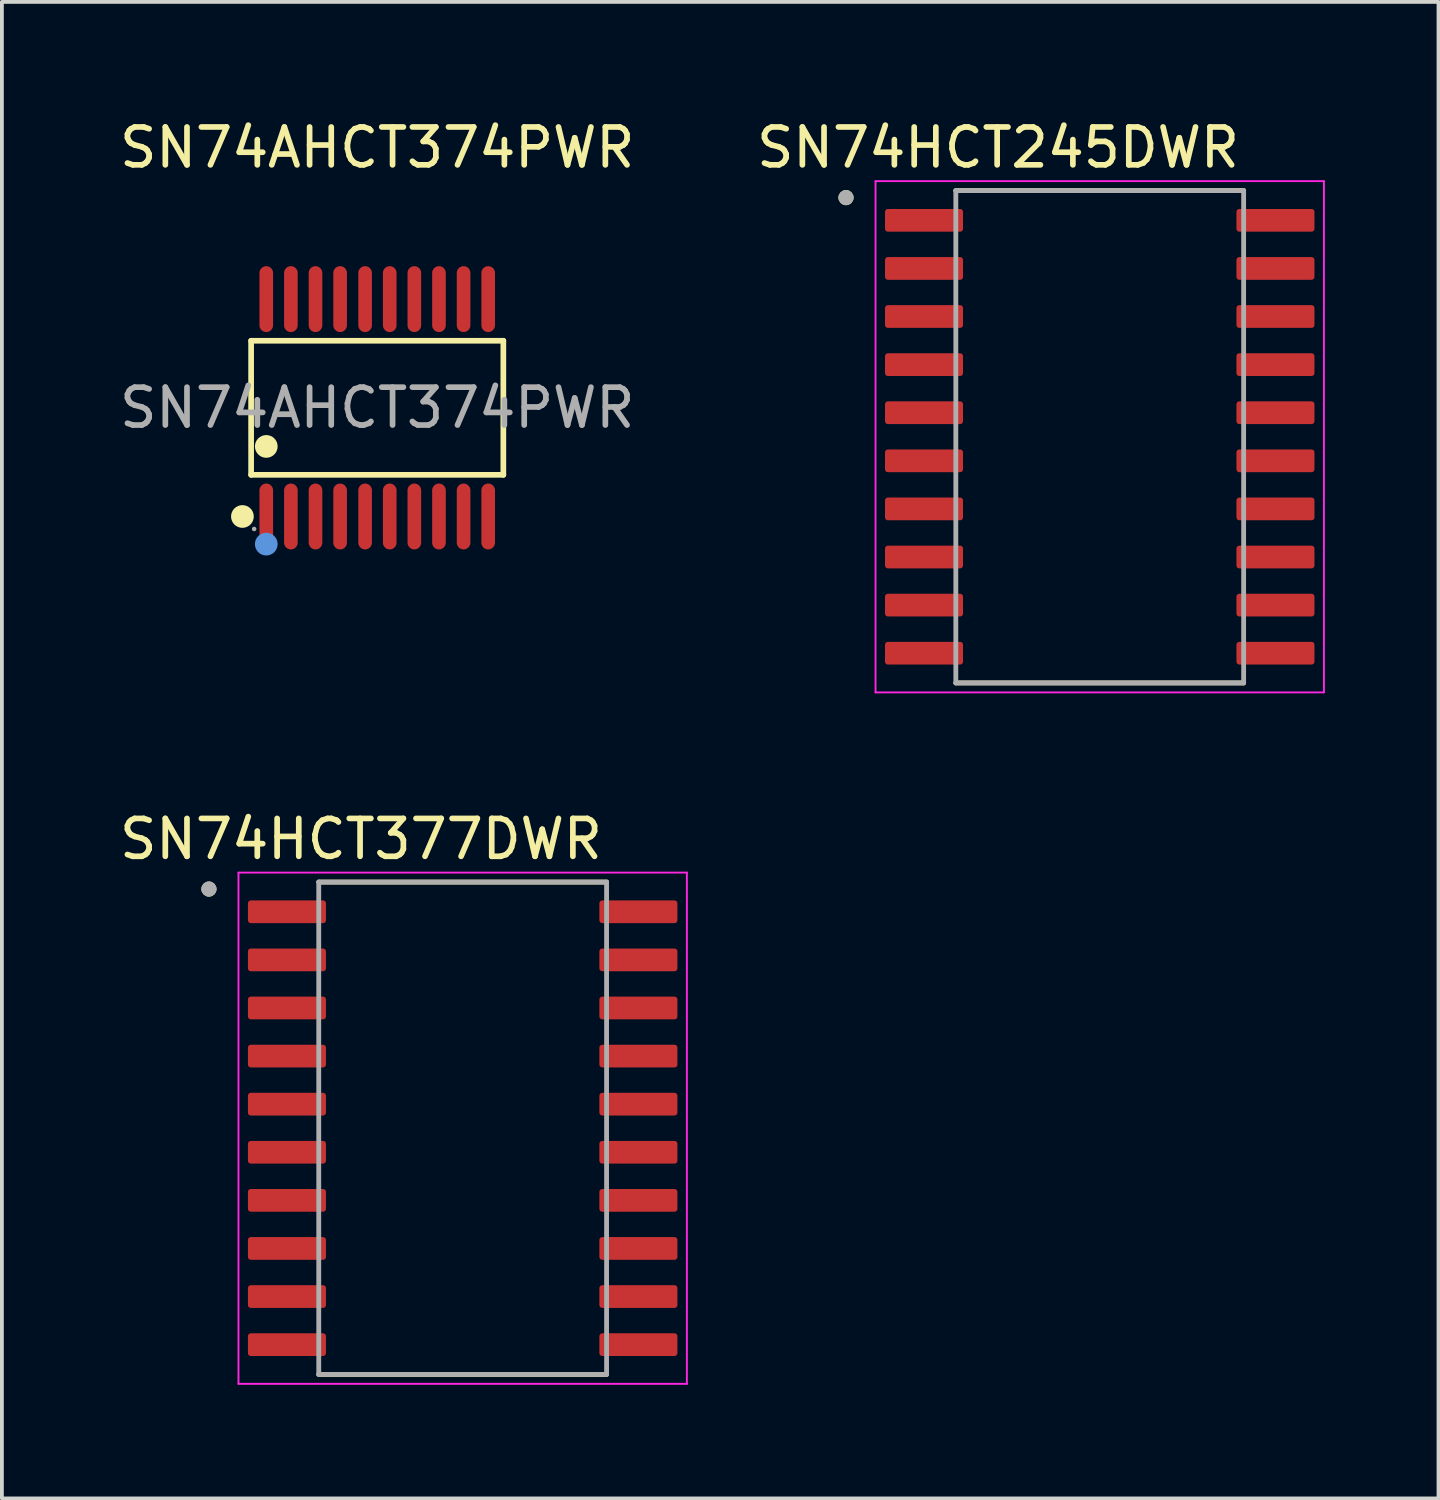
<source format=kicad_pcb>
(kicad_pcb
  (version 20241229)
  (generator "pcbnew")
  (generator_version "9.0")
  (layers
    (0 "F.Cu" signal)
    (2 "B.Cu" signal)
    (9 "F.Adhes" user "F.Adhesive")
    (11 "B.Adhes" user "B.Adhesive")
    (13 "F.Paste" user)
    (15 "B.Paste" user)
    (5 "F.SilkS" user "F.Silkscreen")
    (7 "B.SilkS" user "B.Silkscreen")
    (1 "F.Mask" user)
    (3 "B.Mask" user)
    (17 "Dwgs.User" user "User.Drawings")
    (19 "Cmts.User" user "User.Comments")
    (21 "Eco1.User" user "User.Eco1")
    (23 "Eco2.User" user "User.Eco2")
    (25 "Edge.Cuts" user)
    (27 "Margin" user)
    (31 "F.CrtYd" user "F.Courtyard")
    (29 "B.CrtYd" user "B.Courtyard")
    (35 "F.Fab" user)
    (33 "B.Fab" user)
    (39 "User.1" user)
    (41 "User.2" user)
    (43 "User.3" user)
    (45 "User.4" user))
  (footprint "SN74HCT377DWR"
    (layer "F.Cu")
    (at 9.167 26.741)
    (property "Reference" "SN74HCT377DWR" (at -2.685 -7.635 0) (layer "F.SilkS") (effects (font (size 1 1) (thickness 0.15))))
    (attr smd)
    (fp_line (start -3.8 -6.5) (end 3.8 -6.5) (stroke (width 0.127) (type solid)) (layer "F.SilkS"))
    (fp_line (start -3.8 6.5) (end 3.8 6.5) (stroke (width 0.127) (type solid)) (layer "F.SilkS"))
    (fp_circle (center -6.7 -6.315) (end -6.6 -6.315) (stroke (width 0.2) (type solid)) (fill no) (layer "F.SilkS"))
    (fp_line (start -5.92 -6.75) (end -5.92 6.75) (stroke (width 0.05) (type solid)) (layer "F.CrtYd"))
    (fp_line (start -5.92 -6.75) (end 5.92 -6.75) (stroke (width 0.05) (type solid)) (layer "F.CrtYd"))
    (fp_line (start -5.92 6.75) (end 5.92 6.75) (stroke (width 0.05) (type solid)) (layer "F.CrtYd"))
    (fp_line (start 5.92 -6.75) (end 5.92 6.75) (stroke (width 0.05) (type solid)) (layer "F.CrtYd"))
    (fp_line (start -3.8 -6.5) (end -3.8 6.5) (stroke (width 0.127) (type solid)) (layer "F.Fab"))
    (fp_line (start -3.8 -6.5) (end 3.8 -6.5) (stroke (width 0.127) (type solid)) (layer "F.Fab"))
    (fp_line (start -3.8 6.5) (end 3.8 6.5) (stroke (width 0.127) (type solid)) (layer "F.Fab"))
    (fp_line (start 3.8 -6.5) (end 3.8 6.5) (stroke (width 0.127) (type solid)) (layer "F.Fab"))
    (fp_circle (center -6.7 -6.315) (end -6.6 -6.315) (stroke (width 0.2) (type solid)) (fill no) (layer "F.Fab"))
    (pad "1" smd roundrect (at -4.64 -5.715) (size 2.06 0.6) (layers "F.Cu" "F.Mask" "F.Paste") (roundrect_rratio 0.125))
    (pad "2" smd roundrect (at -4.64 -4.445) (size 2.06 0.6) (layers "F.Cu" "F.Mask" "F.Paste") (roundrect_rratio 0.125))
    (pad "3" smd roundrect (at -4.64 -3.175) (size 2.06 0.6) (layers "F.Cu" "F.Mask" "F.Paste") (roundrect_rratio 0.125))
    (pad "4" smd roundrect (at -4.64 -1.905) (size 2.06 0.6) (layers "F.Cu" "F.Mask" "F.Paste") (roundrect_rratio 0.125))
    (pad "5" smd roundrect (at -4.64 -0.635) (size 2.06 0.6) (layers "F.Cu" "F.Mask" "F.Paste") (roundrect_rratio 0.125))
    (pad "6" smd roundrect (at -4.64 0.635) (size 2.06 0.6) (layers "F.Cu" "F.Mask" "F.Paste") (roundrect_rratio 0.125))
    (pad "7" smd roundrect (at -4.64 1.905) (size 2.06 0.6) (layers "F.Cu" "F.Mask" "F.Paste") (roundrect_rratio 0.125))
    (pad "8" smd roundrect (at -4.64 3.175) (size 2.06 0.6) (layers "F.Cu" "F.Mask" "F.Paste") (roundrect_rratio 0.125))
    (pad "9" smd roundrect (at -4.64 4.445) (size 2.06 0.6) (layers "F.Cu" "F.Mask" "F.Paste") (roundrect_rratio 0.125))
    (pad "10" smd roundrect (at -4.64 5.715) (size 2.06 0.6) (layers "F.Cu" "F.Mask" "F.Paste") (roundrect_rratio 0.125))
    (pad "11" smd roundrect (at 4.64 5.715) (size 2.06 0.6) (layers "F.Cu" "F.Mask" "F.Paste") (roundrect_rratio 0.125))
    (pad "12" smd roundrect (at 4.64 4.445) (size 2.06 0.6) (layers "F.Cu" "F.Mask" "F.Paste") (roundrect_rratio 0.125))
    (pad "13" smd roundrect (at 4.64 3.175) (size 2.06 0.6) (layers "F.Cu" "F.Mask" "F.Paste") (roundrect_rratio 0.125))
    (pad "14" smd roundrect (at 4.64 1.905) (size 2.06 0.6) (layers "F.Cu" "F.Mask" "F.Paste") (roundrect_rratio 0.125))
    (pad "15" smd roundrect (at 4.64 0.635) (size 2.06 0.6) (layers "F.Cu" "F.Mask" "F.Paste") (roundrect_rratio 0.125))
    (pad "16" smd roundrect (at 4.64 -0.635) (size 2.06 0.6) (layers "F.Cu" "F.Mask" "F.Paste") (roundrect_rratio 0.125))
    (pad "17" smd roundrect (at 4.64 -1.905) (size 2.06 0.6) (layers "F.Cu" "F.Mask" "F.Paste") (roundrect_rratio 0.125))
    (pad "18" smd roundrect (at 4.64 -3.175) (size 2.06 0.6) (layers "F.Cu" "F.Mask" "F.Paste") (roundrect_rratio 0.125))
    (pad "19" smd roundrect (at 4.64 -4.445) (size 2.06 0.6) (layers "F.Cu" "F.Mask" "F.Paste") (roundrect_rratio 0.125))
    (pad "20" smd roundrect (at 4.64 -5.715) (size 2.06 0.6) (layers "F.Cu" "F.Mask" "F.Paste") (roundrect_rratio 0.125)))
  (footprint "SN74AHCT374PWR"
    (layer "F.Cu")
    (at 6.911 7.718)
    (property "Reference" "SN74AHCT374PWR" (at 0 -6.87 0) (layer "F.SilkS") (effects (font (size 1 1) (thickness 0.15))))
    (attr smd)
    (fp_line (start -3.33 -1.77) (end 3.33 -1.77) (stroke (width 0.15) (type solid)) (layer "F.SilkS"))
    (fp_line (start -3.33 1.77) (end -3.33 -1.77) (stroke (width 0.15) (type solid)) (layer "F.SilkS"))
    (fp_line (start 3.33 -1.77) (end 3.33 1.77) (stroke (width 0.15) (type solid)) (layer "F.SilkS"))
    (fp_line (start 3.33 1.77) (end -3.33 1.77) (stroke (width 0.15) (type solid)) (layer "F.SilkS"))
    (fp_circle (center -3.56 2.87) (end -3.41 2.87) (stroke (width 0.3) (type solid)) (fill no) (layer "F.SilkS"))
    (fp_circle (center -2.93 1.02) (end -2.78 1.02) (stroke (width 0.3) (type solid)) (fill no) (layer "F.SilkS"))
    (fp_circle (center -2.93 3.6) (end -2.78 3.6) (stroke (width 0.3) (type solid)) (fill no) (layer "Cmts.User"))
    (fp_circle (center -3.25 3.2) (end -3.22 3.2) (stroke (width 0.06) (type solid)) (fill no) (layer "F.Fab"))
    (fp_text user "${REFERENCE}" (at 0 0 0) (layer "F.Fab") (effects (font (size 1 1) (thickness 0.15))))
    (pad "1" smd oval (at -2.93 2.87) (size 0.36 1.74) (layers "F.Cu" "F.Mask" "F.Paste"))
    (pad "2" smd oval (at -2.28 2.87) (size 0.36 1.74) (layers "F.Cu" "F.Mask" "F.Paste"))
    (pad "3" smd oval (at -1.63 2.87) (size 0.36 1.74) (layers "F.Cu" "F.Mask" "F.Paste"))
    (pad "4" smd oval (at -0.98 2.87) (size 0.36 1.74) (layers "F.Cu" "F.Mask" "F.Paste"))
    (pad "5" smd oval (at -0.32 2.87) (size 0.36 1.74) (layers "F.Cu" "F.Mask" "F.Paste"))
    (pad "6" smd oval (at 0.33 2.87) (size 0.36 1.74) (layers "F.Cu" "F.Mask" "F.Paste"))
    (pad "7" smd oval (at 0.98 2.87) (size 0.36 1.74) (layers "F.Cu" "F.Mask" "F.Paste"))
    (pad "8" smd oval (at 1.63 2.87) (size 0.36 1.74) (layers "F.Cu" "F.Mask" "F.Paste"))
    (pad "9" smd oval (at 2.28 2.87) (size 0.36 1.74) (layers "F.Cu" "F.Mask" "F.Paste"))
    (pad "10" smd oval (at 2.93 2.87) (size 0.36 1.74) (layers "F.Cu" "F.Mask" "F.Paste"))
    (pad "11" smd oval (at 2.93 -2.87) (size 0.36 1.74) (layers "F.Cu" "F.Mask" "F.Paste"))
    (pad "12" smd oval (at 2.28 -2.87) (size 0.36 1.74) (layers "F.Cu" "F.Mask" "F.Paste"))
    (pad "13" smd oval (at 1.63 -2.87) (size 0.36 1.74) (layers "F.Cu" "F.Mask" "F.Paste"))
    (pad "14" smd oval (at 0.98 -2.87) (size 0.36 1.74) (layers "F.Cu" "F.Mask" "F.Paste"))
    (pad "15" smd oval (at 0.33 -2.87) (size 0.36 1.74) (layers "F.Cu" "F.Mask" "F.Paste"))
    (pad "16" smd oval (at -0.32 -2.87) (size 0.36 1.74) (layers "F.Cu" "F.Mask" "F.Paste"))
    (pad "17" smd oval (at -0.98 -2.87) (size 0.36 1.74) (layers "F.Cu" "F.Mask" "F.Paste"))
    (pad "18" smd oval (at -1.63 -2.87) (size 0.36 1.74) (layers "F.Cu" "F.Mask" "F.Paste"))
    (pad "19" smd oval (at -2.28 -2.87) (size 0.36 1.74) (layers "F.Cu" "F.Mask" "F.Paste"))
    (pad "20" smd oval (at -2.93 -2.87) (size 0.36 1.74) (layers "F.Cu" "F.Mask" "F.Paste")))
  (footprint "SN74HCT245DWR"
    (layer "F.Cu")
    (at 25.989 8.483)
    (property "Reference" "SN74HCT245DWR" (at -2.685 -7.635 0) (layer "F.SilkS") (effects (font (size 1 1) (thickness 0.15))))
    (attr smd)
    (fp_line (start -3.8 -6.5) (end 3.8 -6.5) (stroke (width 0.127) (type solid)) (layer "F.SilkS"))
    (fp_line (start -3.8 6.5) (end 3.8 6.5) (stroke (width 0.127) (type solid)) (layer "F.SilkS"))
    (fp_circle (center -6.7 -6.315) (end -6.6 -6.315) (stroke (width 0.2) (type solid)) (fill no) (layer "F.SilkS"))
    (fp_line (start -5.92 -6.75) (end -5.92 6.75) (stroke (width 0.05) (type solid)) (layer "F.CrtYd"))
    (fp_line (start -5.92 -6.75) (end 5.92 -6.75) (stroke (width 0.05) (type solid)) (layer "F.CrtYd"))
    (fp_line (start -5.92 6.75) (end 5.92 6.75) (stroke (width 0.05) (type solid)) (layer "F.CrtYd"))
    (fp_line (start 5.92 -6.75) (end 5.92 6.75) (stroke (width 0.05) (type solid)) (layer "F.CrtYd"))
    (fp_line (start -3.8 -6.5) (end -3.8 6.5) (stroke (width 0.127) (type solid)) (layer "F.Fab"))
    (fp_line (start -3.8 -6.5) (end 3.8 -6.5) (stroke (width 0.127) (type solid)) (layer "F.Fab"))
    (fp_line (start -3.8 6.5) (end 3.8 6.5) (stroke (width 0.127) (type solid)) (layer "F.Fab"))
    (fp_line (start 3.8 -6.5) (end 3.8 6.5) (stroke (width 0.127) (type solid)) (layer "F.Fab"))
    (fp_circle (center -6.7 -6.315) (end -6.6 -6.315) (stroke (width 0.2) (type solid)) (fill no) (layer "F.Fab"))
    (pad "1" smd roundrect (at -4.64 -5.715) (size 2.06 0.6) (layers "F.Cu" "F.Mask" "F.Paste") (roundrect_rratio 0.125))
    (pad "2" smd roundrect (at -4.64 -4.445) (size 2.06 0.6) (layers "F.Cu" "F.Mask" "F.Paste") (roundrect_rratio 0.125))
    (pad "3" smd roundrect (at -4.64 -3.175) (size 2.06 0.6) (layers "F.Cu" "F.Mask" "F.Paste") (roundrect_rratio 0.125))
    (pad "4" smd roundrect (at -4.64 -1.905) (size 2.06 0.6) (layers "F.Cu" "F.Mask" "F.Paste") (roundrect_rratio 0.125))
    (pad "5" smd roundrect (at -4.64 -0.635) (size 2.06 0.6) (layers "F.Cu" "F.Mask" "F.Paste") (roundrect_rratio 0.125))
    (pad "6" smd roundrect (at -4.64 0.635) (size 2.06 0.6) (layers "F.Cu" "F.Mask" "F.Paste") (roundrect_rratio 0.125))
    (pad "7" smd roundrect (at -4.64 1.905) (size 2.06 0.6) (layers "F.Cu" "F.Mask" "F.Paste") (roundrect_rratio 0.125))
    (pad "8" smd roundrect (at -4.64 3.175) (size 2.06 0.6) (layers "F.Cu" "F.Mask" "F.Paste") (roundrect_rratio 0.125))
    (pad "9" smd roundrect (at -4.64 4.445) (size 2.06 0.6) (layers "F.Cu" "F.Mask" "F.Paste") (roundrect_rratio 0.125))
    (pad "10" smd roundrect (at -4.64 5.715) (size 2.06 0.6) (layers "F.Cu" "F.Mask" "F.Paste") (roundrect_rratio 0.125))
    (pad "11" smd roundrect (at 4.64 5.715) (size 2.06 0.6) (layers "F.Cu" "F.Mask" "F.Paste") (roundrect_rratio 0.125))
    (pad "12" smd roundrect (at 4.64 4.445) (size 2.06 0.6) (layers "F.Cu" "F.Mask" "F.Paste") (roundrect_rratio 0.125))
    (pad "13" smd roundrect (at 4.64 3.175) (size 2.06 0.6) (layers "F.Cu" "F.Mask" "F.Paste") (roundrect_rratio 0.125))
    (pad "14" smd roundrect (at 4.64 1.905) (size 2.06 0.6) (layers "F.Cu" "F.Mask" "F.Paste") (roundrect_rratio 0.125))
    (pad "15" smd roundrect (at 4.64 0.635) (size 2.06 0.6) (layers "F.Cu" "F.Mask" "F.Paste") (roundrect_rratio 0.125))
    (pad "16" smd roundrect (at 4.64 -0.635) (size 2.06 0.6) (layers "F.Cu" "F.Mask" "F.Paste") (roundrect_rratio 0.125))
    (pad "17" smd roundrect (at 4.64 -1.905) (size 2.06 0.6) (layers "F.Cu" "F.Mask" "F.Paste") (roundrect_rratio 0.125))
    (pad "18" smd roundrect (at 4.64 -3.175) (size 2.06 0.6) (layers "F.Cu" "F.Mask" "F.Paste") (roundrect_rratio 0.125))
    (pad "19" smd roundrect (at 4.64 -4.445) (size 2.06 0.6) (layers "F.Cu" "F.Mask" "F.Paste") (roundrect_rratio 0.125))
    (pad "20" smd roundrect (at 4.64 -5.715) (size 2.06 0.6) (layers "F.Cu" "F.Mask" "F.Paste") (roundrect_rratio 0.125)))
  (gr_rect
    (start -3 -3)
    (end 34.934 36.517)
    (stroke (width 0.1) (type default))
    (fill no)
    (layer "Edge.Cuts")))
</source>
